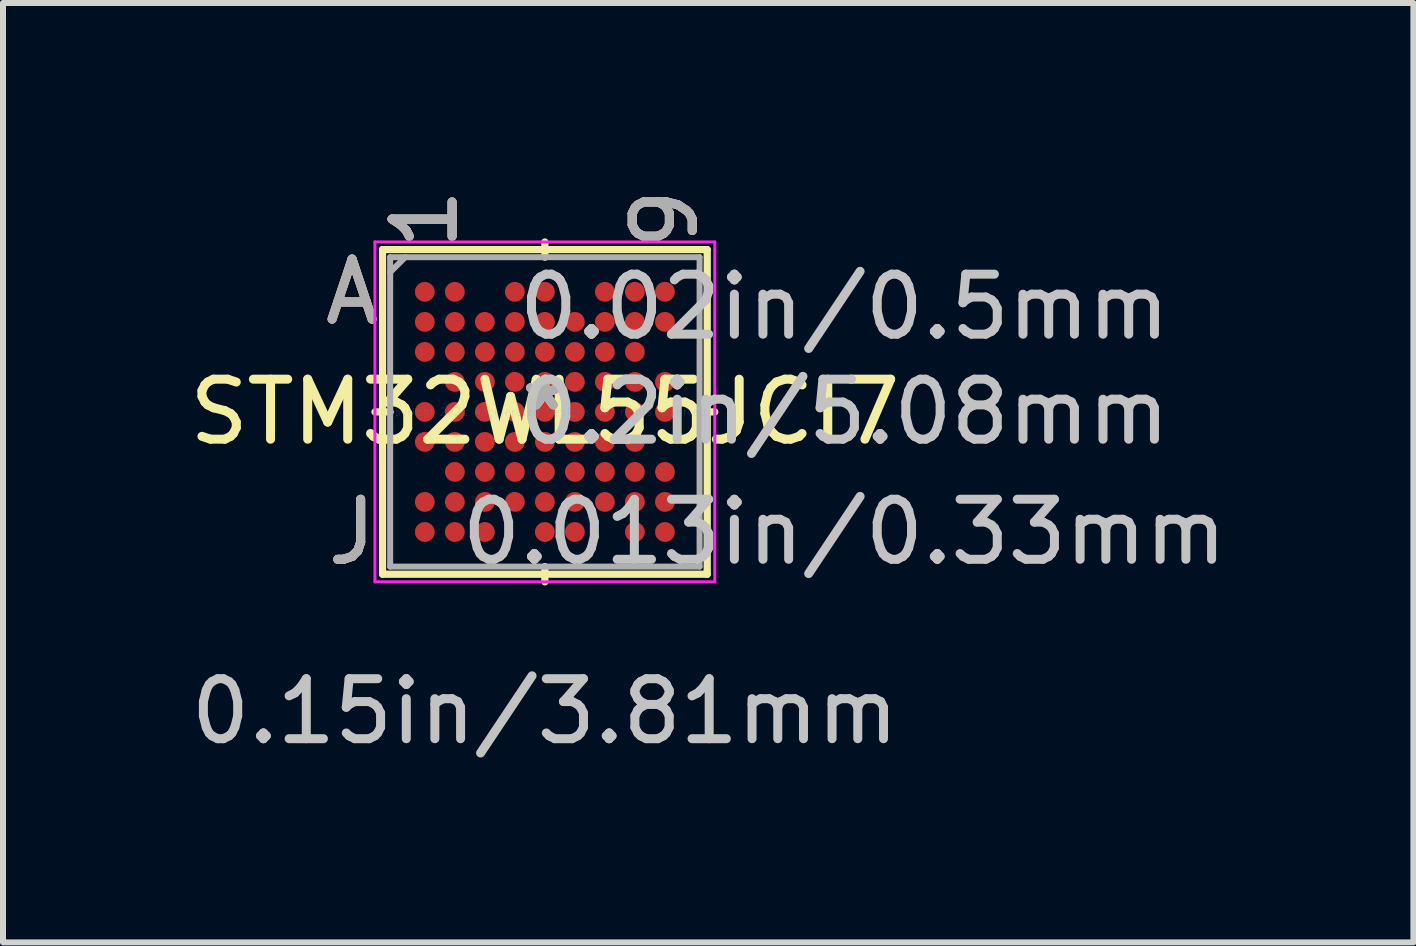
<source format=kicad_pcb>
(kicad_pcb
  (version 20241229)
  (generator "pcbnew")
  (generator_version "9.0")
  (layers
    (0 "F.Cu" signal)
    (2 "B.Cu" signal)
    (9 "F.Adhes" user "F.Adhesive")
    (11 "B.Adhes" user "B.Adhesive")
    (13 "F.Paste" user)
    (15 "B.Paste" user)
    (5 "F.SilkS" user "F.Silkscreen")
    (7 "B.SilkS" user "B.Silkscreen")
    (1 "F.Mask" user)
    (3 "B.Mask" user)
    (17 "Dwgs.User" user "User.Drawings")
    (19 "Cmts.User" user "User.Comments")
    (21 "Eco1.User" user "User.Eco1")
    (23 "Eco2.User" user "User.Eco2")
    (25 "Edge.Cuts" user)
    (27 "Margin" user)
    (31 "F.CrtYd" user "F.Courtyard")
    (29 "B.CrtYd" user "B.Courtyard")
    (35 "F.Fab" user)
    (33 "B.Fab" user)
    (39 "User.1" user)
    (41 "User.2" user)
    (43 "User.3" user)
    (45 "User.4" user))
  (footprint "STM32WL55JCI7"
    (layer "F.Cu")
    (at 6.03 3.814)
    (property "Reference" "STM32WL55JCI7" (at 0 0 0) (layer "F.SilkS") (effects (font (size 1 1) (thickness 0.15))))
    (attr through_hole)
    (fp_line (start -2.705 -2.705) (end -2.705 2.705) (stroke (width 0.12) (type solid)) (layer "F.SilkS"))
    (fp_line (start -2.705 2.705) (end 2.705 2.705) (stroke (width 0.12) (type solid)) (layer "F.SilkS"))
    (fp_line (start -2.578 0) (end -2.832 0) (stroke (width 0.12) (type solid)) (layer "F.SilkS"))
    (fp_line (start 0 -2.578) (end 0 -2.832) (stroke (width 0.12) (type solid)) (layer "F.SilkS"))
    (fp_line (start 0 2.578) (end 0 2.832) (stroke (width 0.12) (type solid)) (layer "F.SilkS"))
    (fp_line (start 2.578 0) (end 2.832 0) (stroke (width 0.12) (type solid)) (layer "F.SilkS"))
    (fp_line (start 2.705 -2.705) (end -2.705 -2.705) (stroke (width 0.12) (type solid)) (layer "F.SilkS"))
    (fp_line (start 2.705 2.705) (end 2.705 -2.705) (stroke (width 0.12) (type solid)) (layer "F.SilkS"))
    (fp_line (start -2.832 -2.832) (end 2.832 -2.832) (stroke (width 0.05) (type solid)) (layer "F.CrtYd"))
    (fp_line (start -2.832 2.832) (end -2.832 -2.832) (stroke (width 0.05) (type solid)) (layer "F.CrtYd"))
    (fp_line (start 2.832 -2.832) (end 2.832 2.832) (stroke (width 0.05) (type solid)) (layer "F.CrtYd"))
    (fp_line (start 2.832 2.832) (end -2.832 2.832) (stroke (width 0.05) (type solid)) (layer "F.CrtYd"))
    (fp_line (start -2.578 -2.578) (end -2.578 2.578) (stroke (width 0.1) (type solid)) (layer "F.Fab"))
    (fp_line (start -2.578 2.578) (end 2.578 2.578) (stroke (width 0.1) (type solid)) (layer "F.Fab"))
    (fp_line (start -2.328 -2.578) (end -2.578 -2.328) (stroke (width 0.1) (type solid)) (layer "F.Fab"))
    (fp_line (start 2.578 -2.578) (end -2.578 -2.578) (stroke (width 0.1) (type solid)) (layer "F.Fab"))
    (fp_line (start 2.578 2.578) (end 2.578 -2.578) (stroke (width 0.1) (type solid)) (layer "F.Fab"))
    (fp_text user "A" (at -3.213 -2.001 0) (layer "F.SilkS") (effects (font (size 1 1) (thickness 0.15))))
    (fp_text user "*" (at 0 0 0) (layer "F.SilkS") (effects (font (size 1 1) (thickness 0.15))))
    (fp_text user "J" (at -3.213 2.001 0) (layer "F.SilkS") (effects (font (size 1 1) (thickness 0.15))))
    (fp_text user "1" (at -2.001 -3.213 90) (layer "F.SilkS") (effects (font (size 1 1) (thickness 0.15))))
    (fp_text user "9" (at 2.001 -3.213 90) (layer "F.SilkS") (effects (font (size 1 1) (thickness 0.15))))
    (fp_text user "A" (at -3.213 -2.001 0) (layer "B.SilkS") (effects (font (size 1 1) (thickness 0.15))))
    (fp_text user "J" (at -3.213 2.001 0) (layer "B.SilkS") (effects (font (size 1 1) (thickness 0.15))))
    (fp_text user "1" (at -2.001 -3.213 90) (layer "B.SilkS") (effects (font (size 1 1) (thickness 0.15))))
    (fp_text user "9" (at 2.001 -3.213 90) (layer "B.SilkS") (effects (font (size 1 1) (thickness 0.15))))
    (fp_text user "0.02in/0.5mm" (at 4.991 -1.75 0) (layer "Dwgs.User") (effects (font (size 1 1) (thickness 0.15))))
    (fp_text user "0.15in/3.81mm" (at 0 4.991 0) (layer "Dwgs.User") (effects (font (size 1 1) (thickness 0.15))))
    (fp_text user "0.013in/0.33mm" (at 4.991 2.001 0) (layer "Dwgs.User") (effects (font (size 1 1) (thickness 0.15))))
    (fp_text user "0.2in/5.08mm" (at 4.991 0 0) (layer "Dwgs.User") (effects (font (size 1 1) (thickness 0.15))))
    (fp_text user "Copyright 2021 Accelerated Designs. All rights reserved." (at 0 0 0) (layer "Cmts.User") (effects (font (size 0.127 0.127) (thickness 0.002))))
    (fp_text user "J" (at -3.213 2.001 0) (layer "F.Fab") (effects (font (size 1 1) (thickness 0.15))))
    (fp_text user "A" (at -3.213 -2.001 0) (layer "F.Fab") (effects (font (size 1 1) (thickness 0.15))))
    (fp_text user "1" (at -2.001 -3.213 90) (layer "F.Fab") (effects (font (size 1 1) (thickness 0.15))))
    (fp_text user "*" (at 0 0 0) (layer "F.Fab") (effects (font (size 1 1) (thickness 0.15))))
    (fp_text user "9" (at 2.001 -3.213 90) (layer "F.Fab") (effects (font (size 1 1) (thickness 0.15))))
    (pad "A1" smd circle (at -2.001 -2.001) (size 0.33 0.33) (layers "F.Cu" "F.Mask" "F.Paste"))
    (pad "A2" smd circle (at -1.5 -2.001) (size 0.33 0.33) (layers "F.Cu" "F.Mask" "F.Paste"))
    (pad "A4" smd circle (at -0.5 -2.001) (size 0.33 0.33) (layers "F.Cu" "F.Mask" "F.Paste"))
    (pad "A5" smd circle (at 0 -2.001) (size 0.33 0.33) (layers "F.Cu" "F.Mask" "F.Paste"))
    (pad "A7" smd circle (at 1 -2.001) (size 0.33 0.33) (layers "F.Cu" "F.Mask" "F.Paste"))
    (pad "A8" smd circle (at 1.5 -2.001) (size 0.33 0.33) (layers "F.Cu" "F.Mask" "F.Paste"))
    (pad "A9" smd circle (at 2.001 -2.001) (size 0.33 0.33) (layers "F.Cu" "F.Mask" "F.Paste"))
    (pad "B1" smd circle (at -2.001 -1.5) (size 0.33 0.33) (layers "F.Cu" "F.Mask" "F.Paste"))
    (pad "B2" smd circle (at -1.5 -1.5) (size 0.33 0.33) (layers "F.Cu" "F.Mask" "F.Paste"))
    (pad "B3" smd circle (at -1 -1.5) (size 0.33 0.33) (layers "F.Cu" "F.Mask" "F.Paste"))
    (pad "B4" smd circle (at -0.5 -1.5) (size 0.33 0.33) (layers "F.Cu" "F.Mask" "F.Paste"))
    (pad "B5" smd circle (at 0 -1.5) (size 0.33 0.33) (layers "F.Cu" "F.Mask" "F.Paste"))
    (pad "B6" smd circle (at 0.5 -1.5) (size 0.33 0.33) (layers "F.Cu" "F.Mask" "F.Paste"))
    (pad "B7" smd circle (at 1 -1.5) (size 0.33 0.33) (layers "F.Cu" "F.Mask" "F.Paste"))
    (pad "B8" smd circle (at 1.5 -1.5) (size 0.33 0.33) (layers "F.Cu" "F.Mask" "F.Paste"))
    (pad "B9" smd circle (at 2.001 -1.5) (size 0.33 0.33) (layers "F.Cu" "F.Mask" "F.Paste"))
    (pad "C1" smd circle (at -2.001 -1) (size 0.33 0.33) (layers "F.Cu" "F.Mask" "F.Paste"))
    (pad "C2" smd circle (at -1.5 -1) (size 0.33 0.33) (layers "F.Cu" "F.Mask" "F.Paste"))
    (pad "C3" smd circle (at -1 -1) (size 0.33 0.33) (layers "F.Cu" "F.Mask" "F.Paste"))
    (pad "C4" smd circle (at -0.5 -1) (size 0.33 0.33) (layers "F.Cu" "F.Mask" "F.Paste"))
    (pad "C5" smd circle (at 0 -1) (size 0.33 0.33) (layers "F.Cu" "F.Mask" "F.Paste"))
    (pad "C6" smd circle (at 0.5 -1) (size 0.33 0.33) (layers "F.Cu" "F.Mask" "F.Paste"))
    (pad "C7" smd circle (at 1 -1) (size 0.33 0.33) (layers "F.Cu" "F.Mask" "F.Paste"))
    (pad "C8" smd circle (at 1.5 -1) (size 0.33 0.33) (layers "F.Cu" "F.Mask" "F.Paste"))
    (pad "D2" smd circle (at -1.5 -0.5) (size 0.33 0.33) (layers "F.Cu" "F.Mask" "F.Paste"))
    (pad "D3" smd circle (at -1 -0.5) (size 0.33 0.33) (layers "F.Cu" "F.Mask" "F.Paste"))
    (pad "D4" smd circle (at -0.5 -0.5) (size 0.33 0.33) (layers "F.Cu" "F.Mask" "F.Paste"))
    (pad "D5" smd circle (at 0 -0.5) (size 0.33 0.33) (layers "F.Cu" "F.Mask" "F.Paste"))
    (pad "D6" smd circle (at 0.5 -0.5) (size 0.33 0.33) (layers "F.Cu" "F.Mask" "F.Paste"))
    (pad "D7" smd circle (at 1 -0.5) (size 0.33 0.33) (layers "F.Cu" "F.Mask" "F.Paste"))
    (pad "D8" smd circle (at 1.5 -0.5) (size 0.33 0.33) (layers "F.Cu" "F.Mask" "F.Paste"))
    (pad "D9" smd circle (at 2.001 -0.5) (size 0.33 0.33) (layers "F.Cu" "F.Mask" "F.Paste"))
    (pad "E1" smd circle (at -2.001 0) (size 0.33 0.33) (layers "F.Cu" "F.Mask" "F.Paste"))
    (pad "E2" smd circle (at -1.5 0) (size 0.33 0.33) (layers "F.Cu" "F.Mask" "F.Paste"))
    (pad "E3" smd circle (at -1 0) (size 0.33 0.33) (layers "F.Cu" "F.Mask" "F.Paste"))
    (pad "E4" smd circle (at -0.5 0) (size 0.33 0.33) (layers "F.Cu" "F.Mask" "F.Paste"))
    (pad "E5" smd circle (at 0 0) (size 0.33 0.33) (layers "F.Cu" "F.Mask" "F.Paste"))
    (pad "E6" smd circle (at 0.5 0) (size 0.33 0.33) (layers "F.Cu" "F.Mask" "F.Paste"))
    (pad "E7" smd circle (at 1 0) (size 0.33 0.33) (layers "F.Cu" "F.Mask" "F.Paste"))
    (pad "E8" smd circle (at 1.5 0) (size 0.33 0.33) (layers "F.Cu" "F.Mask" "F.Paste"))
    (pad "E9" smd circle (at 2.001 0) (size 0.33 0.33) (layers "F.Cu" "F.Mask" "F.Paste"))
    (pad "F1" smd circle (at -2.001 0.5) (size 0.33 0.33) (layers "F.Cu" "F.Mask" "F.Paste"))
    (pad "F2" smd circle (at -1.5 0.5) (size 0.33 0.33) (layers "F.Cu" "F.Mask" "F.Paste"))
    (pad "F3" smd circle (at -1 0.5) (size 0.33 0.33) (layers "F.Cu" "F.Mask" "F.Paste"))
    (pad "F4" smd circle (at -0.5 0.5) (size 0.33 0.33) (layers "F.Cu" "F.Mask" "F.Paste"))
    (pad "F5" smd circle (at 0 0.5) (size 0.33 0.33) (layers "F.Cu" "F.Mask" "F.Paste"))
    (pad "F6" smd circle (at 0.5 0.5) (size 0.33 0.33) (layers "F.Cu" "F.Mask" "F.Paste"))
    (pad "F7" smd circle (at 1 0.5) (size 0.33 0.33) (layers "F.Cu" "F.Mask" "F.Paste"))
    (pad "F8" smd circle (at 1.5 0.5) (size 0.33 0.33) (layers "F.Cu" "F.Mask" "F.Paste"))
    (pad "G2" smd circle (at -1.5 1) (size 0.33 0.33) (layers "F.Cu" "F.Mask" "F.Paste"))
    (pad "G3" smd circle (at -1 1) (size 0.33 0.33) (layers "F.Cu" "F.Mask" "F.Paste"))
    (pad "G4" smd circle (at -0.5 1) (size 0.33 0.33) (layers "F.Cu" "F.Mask" "F.Paste"))
    (pad "G5" smd circle (at 0 1) (size 0.33 0.33) (layers "F.Cu" "F.Mask" "F.Paste"))
    (pad "G6" smd circle (at 0.5 1) (size 0.33 0.33) (layers "F.Cu" "F.Mask" "F.Paste"))
    (pad "G7" smd circle (at 1 1) (size 0.33 0.33) (layers "F.Cu" "F.Mask" "F.Paste"))
    (pad "G8" smd circle (at 1.5 1) (size 0.33 0.33) (layers "F.Cu" "F.Mask" "F.Paste"))
    (pad "G9" smd circle (at 2.001 1) (size 0.33 0.33) (layers "F.Cu" "F.Mask" "F.Paste"))
    (pad "H1" smd circle (at -2.001 1.5) (size 0.33 0.33) (layers "F.Cu" "F.Mask" "F.Paste"))
    (pad "H2" smd circle (at -1.5 1.5) (size 0.33 0.33) (layers "F.Cu" "F.Mask" "F.Paste"))
    (pad "H3" smd circle (at -1 1.5) (size 0.33 0.33) (layers "F.Cu" "F.Mask" "F.Paste"))
    (pad "H4" smd circle (at -0.5 1.5) (size 0.33 0.33) (layers "F.Cu" "F.Mask" "F.Paste"))
    (pad "H5" smd circle (at 0 1.5) (size 0.33 0.33) (layers "F.Cu" "F.Mask" "F.Paste"))
    (pad "H6" smd circle (at 0.5 1.5) (size 0.33 0.33) (layers "F.Cu" "F.Mask" "F.Paste"))
    (pad "H7" smd circle (at 1 1.5) (size 0.33 0.33) (layers "F.Cu" "F.Mask" "F.Paste"))
    (pad "H8" smd circle (at 1.5 1.5) (size 0.33 0.33) (layers "F.Cu" "F.Mask" "F.Paste"))
    (pad "H9" smd circle (at 2.001 1.5) (size 0.33 0.33) (layers "F.Cu" "F.Mask" "F.Paste"))
    (pad "J1" smd circle (at -2.001 2.001) (size 0.33 0.33) (layers "F.Cu" "F.Mask" "F.Paste"))
    (pad "J2" smd circle (at -1.5 2.001) (size 0.33 0.33) (layers "F.Cu" "F.Mask" "F.Paste"))
    (pad "J3" smd circle (at -1 2.001) (size 0.33 0.33) (layers "F.Cu" "F.Mask" "F.Paste"))
    (pad "J5" smd circle (at 0 2.001) (size 0.33 0.33) (layers "F.Cu" "F.Mask" "F.Paste"))
    (pad "J6" smd circle (at 0.5 2.001) (size 0.33 0.33) (layers "F.Cu" "F.Mask" "F.Paste"))
    (pad "J8" smd circle (at 1.5 2.001) (size 0.33 0.33) (layers "F.Cu" "F.Mask" "F.Paste"))
    (pad "J9" smd circle (at 2.001 2.001) (size 0.33 0.33) (layers "F.Cu" "F.Mask" "F.Paste")))
  (gr_rect
    (start -3 -3)
    (end 20.503 12.654)
    (stroke (width 0.1) (type default))
    (fill no)
    (layer "Edge.Cuts")))
</source>
